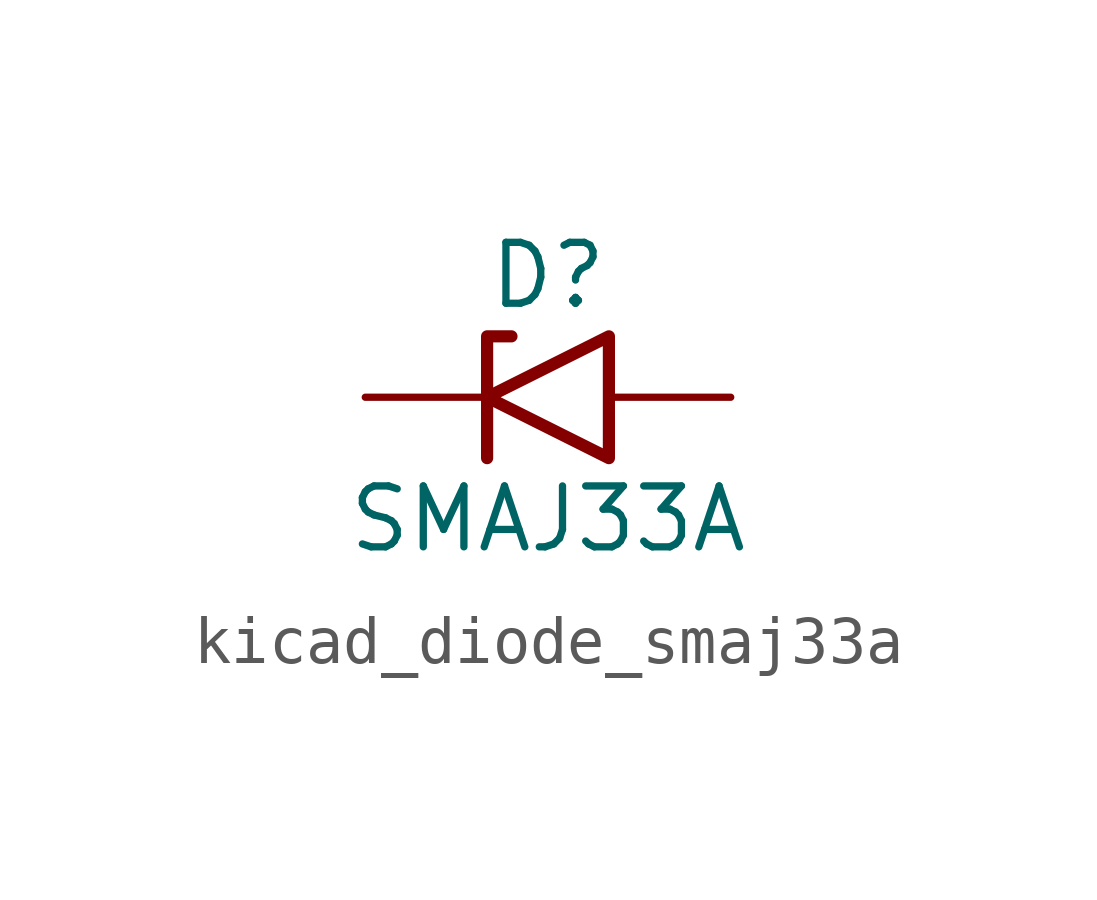
<source format=kicad_sym>
(kicad_symbol_lib
  (version 20220914)
  (generator kicad_symbol_editor)
  (symbol "kicad_diode_smaj33a"
    (pin_numbers hide)
    (pin_names
      (offset 1.016) hide)
    (property "Reference" "D"
      (at 0 2.54 0)
      (effects (font (size 1.27 1.27))))
    (property "Value" "SMAJ33A"
      (at 0 -2.54 0)
      (effects (font (size 1.27 1.27))))
    (symbol "kicad_diode_smaj33a_0_1"
      (polyline (pts (xy -0.762 1.27) (xy -1.27 1.27) (xy -1.27 -1.27)) (stroke (width 0.254) (type default)) (fill (type none)))
      (polyline (pts (xy 1.27 1.27) (xy 1.27 -1.27) (xy -1.27 0) (xy 1.27 1.27)) (stroke (width 0.254) (type default)) (fill (type none))))
    (symbol "kicad_diode_smaj33a_1_1"
      (pin passive line (at -3.81 0 0) (length 2.54) (name "A1" (effects (font (size 1.27 1.27)))) (number "1" (effects (font (size 1.27 1.27)))))
      (pin passive line (at 3.81 0 180) (length 2.54) (name "A2" (effects (font (size 1.27 1.27)))) (number "2" (effects (font (size 1.27 1.27))))))))
</source>
